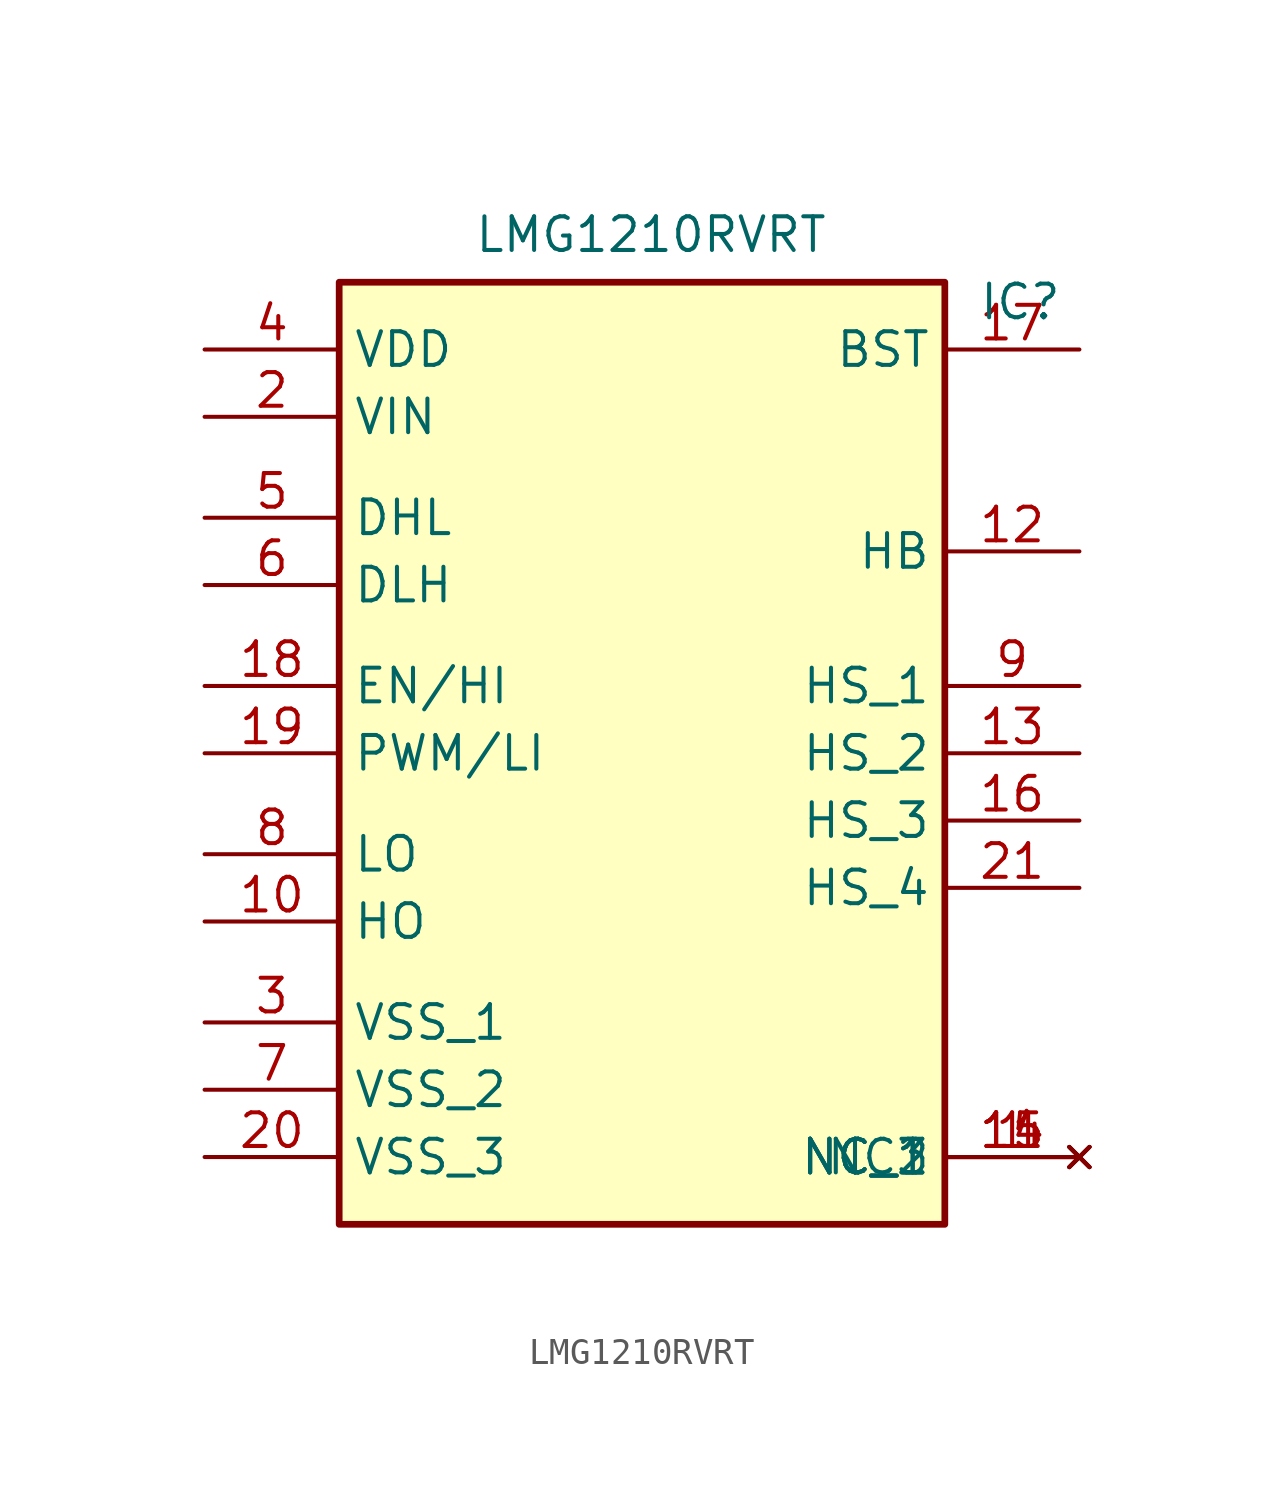
<source format=kicad_sym>
(kicad_symbol_lib
  (version 20220914)
  (generator kicad_symbol_editor)
  (symbol "LMG1210RVRT"
    (property "Reference" "IC"
      (at 29.21 2.54 0)
      (effects (font (size 1.27 1.27)) (justify left top)))
    (property "Value" "LMG1210RVRT"
      (at 10.16 5.08 0)
      (effects (font (size 1.27 1.27)) (justify left top)))
    (symbol "LMG1210RVRT_1_1"
      (rectangle (start 5.08 2.54) (end 27.94 -33.02) (stroke (width 0.254) (type default)) (fill (type background)))
      (pin no_connect line (at 33.02 -30.48 180) (length 5.08) (name "NC_1" (effects (font (size 1.27 1.27)))) (number "1" (effects (font (size 1.27 1.27)))))
      (pin passive line (at 0 -21.59 0) (length 5.08) (name "HO" (effects (font (size 1.27 1.27)))) (number "10" (effects (font (size 1.27 1.27)))))
      (pin no_connect line (at 33.02 -30.48 180) (length 5.08) (name "NC_2" (effects (font (size 1.27 1.27)))) (number "11" (effects (font (size 1.27 1.27)))))
      (pin passive line (at 33.02 -7.62 180) (length 5.08) (name "HB" (effects (font (size 1.27 1.27)))) (number "12" (effects (font (size 1.27 1.27)))))
      (pin passive line (at 33.02 -15.24 180) (length 5.08) (name "HS_2" (effects (font (size 1.27 1.27)))) (number "13" (effects (font (size 1.27 1.27)))))
      (pin no_connect line (at 33.02 -30.48 180) (length 5.08) (name "NC1" (effects (font (size 1.27 1.27)))) (number "14" (effects (font (size 1.27 1.27)))))
      (pin no_connect line (at 33.02 -30.48 180) (length 5.08) (name "NC_3" (effects (font (size 1.27 1.27)))) (number "15" (effects (font (size 1.27 1.27)))))
      (pin passive line (at 33.02 -17.78 180) (length 5.08) (name "HS_3" (effects (font (size 1.27 1.27)))) (number "16" (effects (font (size 1.27 1.27)))))
      (pin passive line (at 33.02 0 180) (length 5.08) (name "BST" (effects (font (size 1.27 1.27)))) (number "17" (effects (font (size 1.27 1.27)))))
      (pin passive line (at 0 -12.7 0) (length 5.08) (name "EN/HI" (effects (font (size 1.27 1.27)))) (number "18" (effects (font (size 1.27 1.27)))))
      (pin passive line (at 0 -15.24 0) (length 5.08) (name "PWM/LI" (effects (font (size 1.27 1.27)))) (number "19" (effects (font (size 1.27 1.27)))))
      (pin passive line (at 0 -2.54 0) (length 5.08) (name "VIN" (effects (font (size 1.27 1.27)))) (number "2" (effects (font (size 1.27 1.27)))))
      (pin passive line (at 0 -30.48 0) (length 5.08) (name "VSS_3" (effects (font (size 1.27 1.27)))) (number "20" (effects (font (size 1.27 1.27)))))
      (pin passive line (at 33.02 -20.32 180) (length 5.08) (name "HS_4" (effects (font (size 1.27 1.27)))) (number "21" (effects (font (size 1.27 1.27)))))
      (pin passive line (at 0 -25.4 0) (length 5.08) (name "VSS_1" (effects (font (size 1.27 1.27)))) (number "3" (effects (font (size 1.27 1.27)))))
      (pin passive line (at 0 0 0) (length 5.08) (name "VDD" (effects (font (size 1.27 1.27)))) (number "4" (effects (font (size 1.27 1.27)))))
      (pin passive line (at 0 -6.35 0) (length 5.08) (name "DHL" (effects (font (size 1.27 1.27)))) (number "5" (effects (font (size 1.27 1.27)))))
      (pin passive line (at 0 -8.89 0) (length 5.08) (name "DLH" (effects (font (size 1.27 1.27)))) (number "6" (effects (font (size 1.27 1.27)))))
      (pin passive line (at 0 -27.94 0) (length 5.08) (name "VSS_2" (effects (font (size 1.27 1.27)))) (number "7" (effects (font (size 1.27 1.27)))))
      (pin passive line (at 0 -19.05 0) (length 5.08) (name "LO" (effects (font (size 1.27 1.27)))) (number "8" (effects (font (size 1.27 1.27)))))
      (pin passive line (at 33.02 -12.7 180) (length 5.08) (name "HS_1" (effects (font (size 1.27 1.27)))) (number "9" (effects (font (size 1.27 1.27))))))))
</source>
